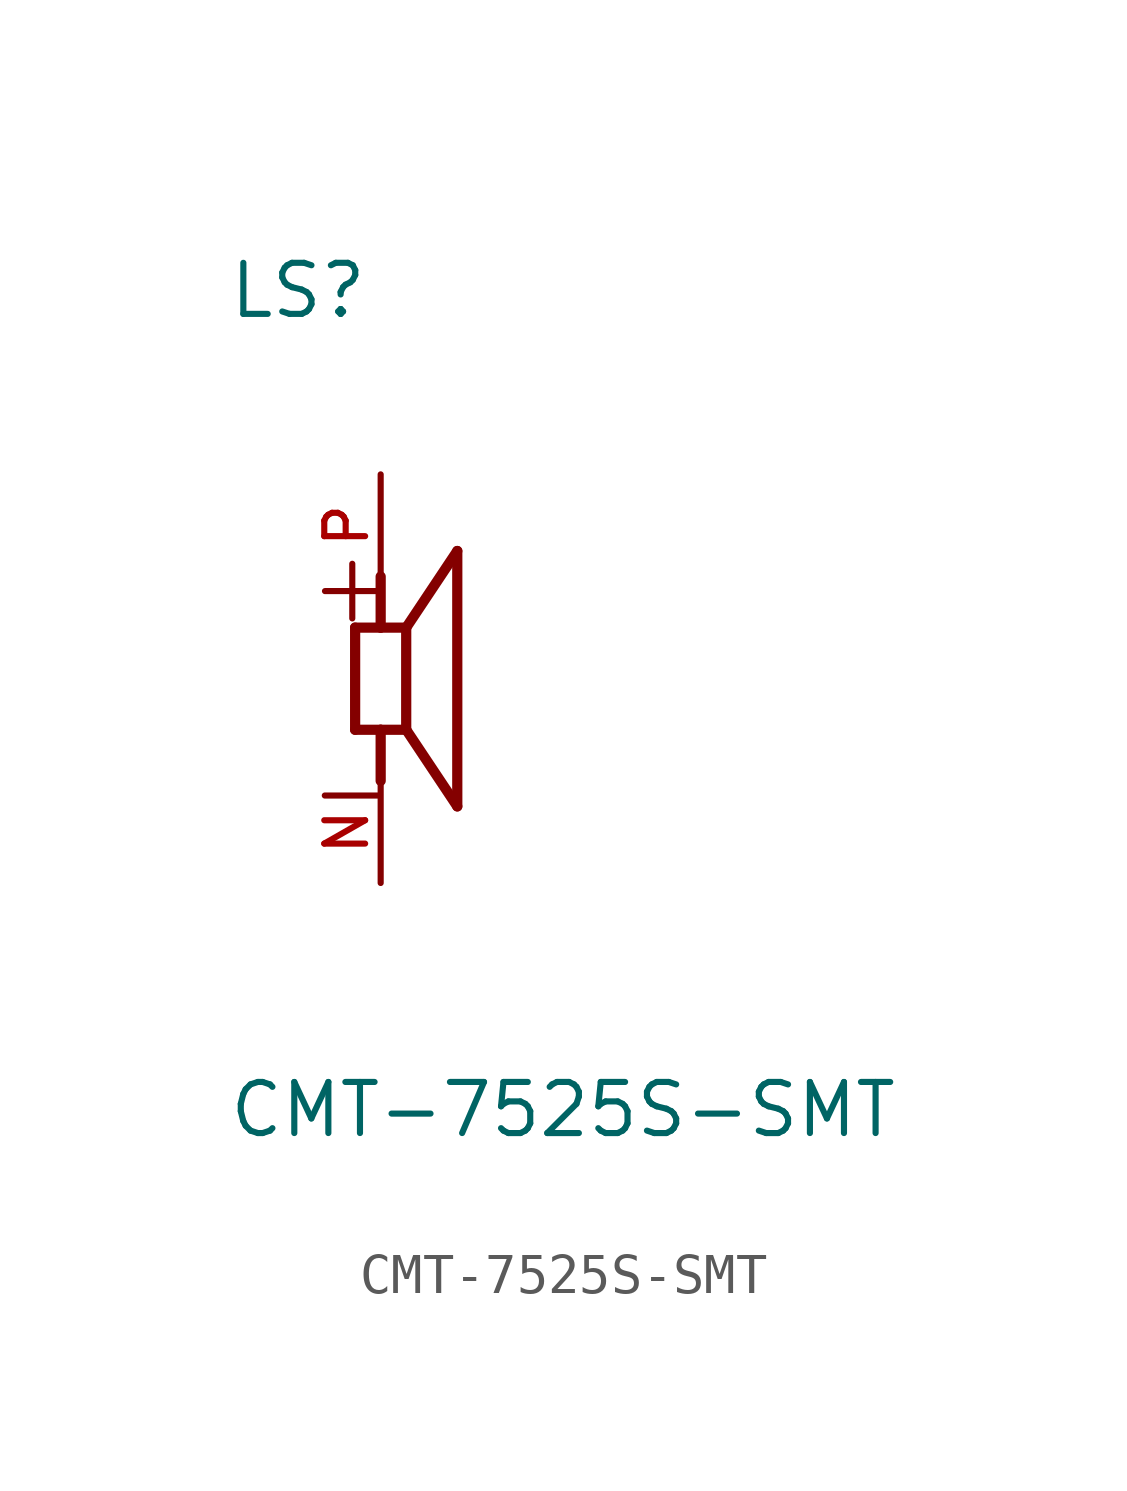
<source format=kicad_sym>
(kicad_symbol_lib
  (version 20211014)
  (generator kicad_symbol_editor)
  (symbol "CMT-7525S-SMT"
    (pin_names
      (offset 1.016))
    (property "Reference" "LS"
      (at -3.817 8.907 0)
      (effects (font (size 1.27 1.27)) (justify bottom left)))
    (property "Value" "CMT-7525S-SMT"
      (at -3.82 -11.461 0)
      (effects (font (size 1.27 1.27)) (justify bottom left)))
    (symbol "CMT-7525S-SMT_0_0"
      (polyline (pts (xy -0.635 1.27) (xy 0.0 1.27)) (stroke (width 0.254)))
      (polyline (pts (xy 0.0 1.27) (xy 0.635 1.27)) (stroke (width 0.254)))
      (polyline (pts (xy 0.635 1.27) (xy 0.635 -1.27)) (stroke (width 0.254)))
      (polyline (pts (xy 0.635 -1.27) (xy 0.0 -1.27)) (stroke (width 0.254)))
      (polyline (pts (xy 0.0 -1.27) (xy -0.635 -1.27)) (stroke (width 0.254)))
      (polyline (pts (xy -0.635 -1.27) (xy -0.635 1.27)) (stroke (width 0.254)))
      (polyline (pts (xy 0.635 1.27) (xy 1.905 3.175)) (stroke (width 0.254)))
      (polyline (pts (xy 1.905 3.175) (xy 1.905 -3.175)) (stroke (width 0.254)))
      (polyline (pts (xy 1.905 -3.175) (xy 0.635 -1.27)) (stroke (width 0.254)))
      (polyline (pts (xy 0.0 1.27) (xy 0.0 2.54)) (stroke (width 0.254)))
      (polyline (pts (xy 0.0 -1.27) (xy 0.0 -2.54)) (stroke (width 0.254)))
      (text "+" (at -1.909 1.273 0) (effects (font (size 1.782 1.782)) (justify bottom left)))
      (text "-" (at -1.915 -3.813 0) (effects (font (size 1.788 1.788)) (justify bottom left)))
      (pin passive line (at 0.0 5.08 270.0) (length 2.54) (name "~" (effects (font (size 1.016 1.016)))) (number "P" (effects (font (size 1.016 1.016)))))
      (pin passive line (at 0.0 -5.08 90.0) (length 2.54) (name "~" (effects (font (size 1.016 1.016)))) (number "N" (effects (font (size 1.016 1.016))))))))
</source>
